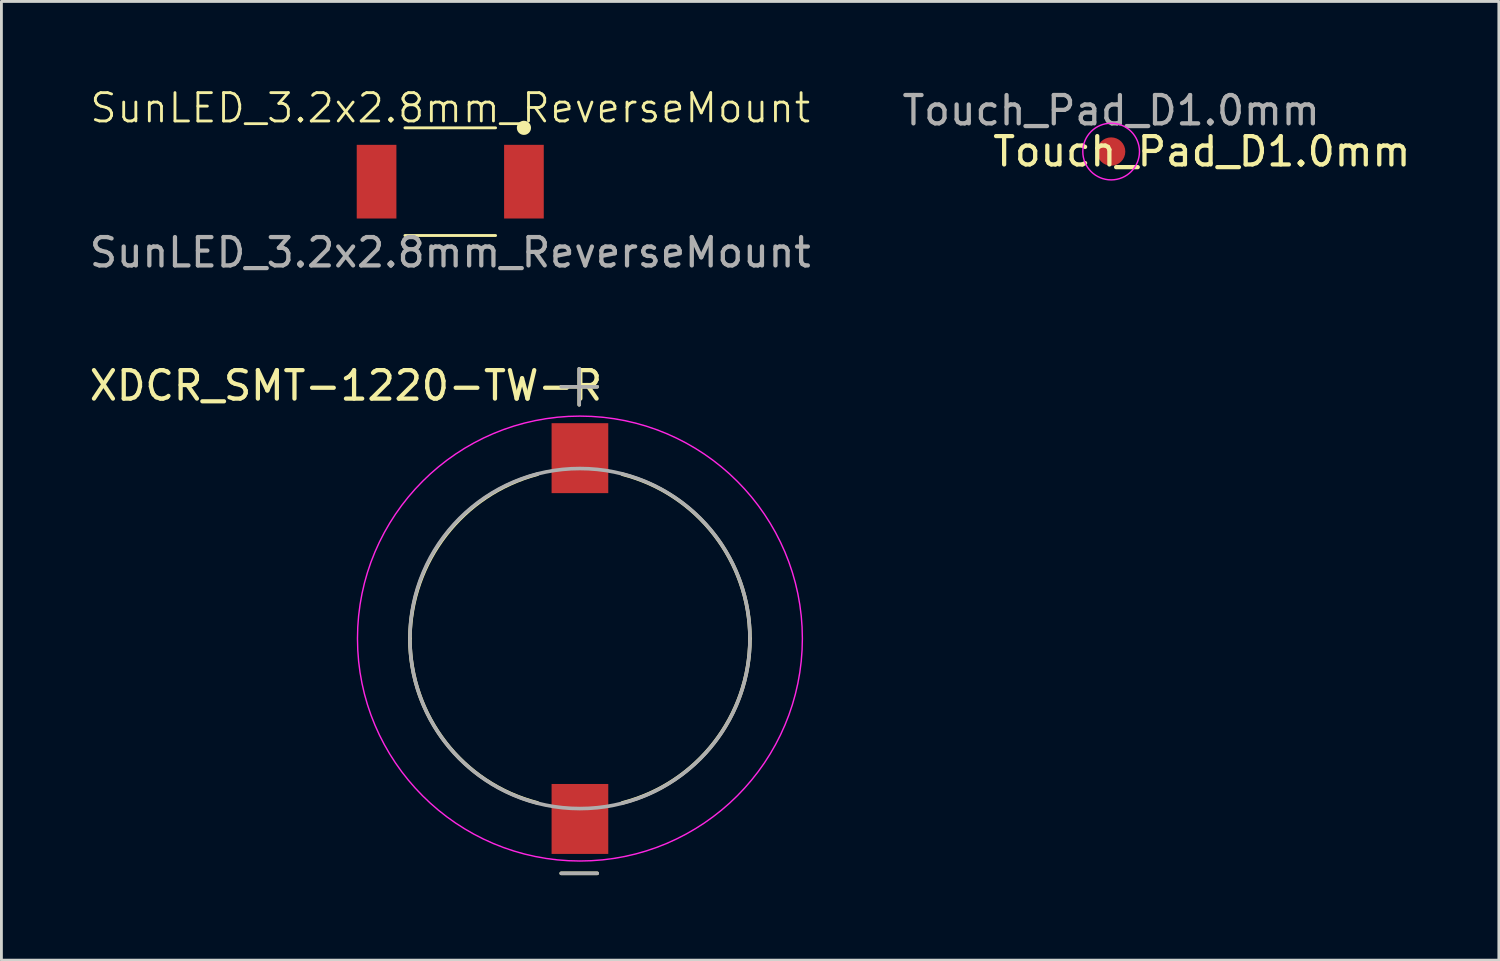
<source format=kicad_pcb>
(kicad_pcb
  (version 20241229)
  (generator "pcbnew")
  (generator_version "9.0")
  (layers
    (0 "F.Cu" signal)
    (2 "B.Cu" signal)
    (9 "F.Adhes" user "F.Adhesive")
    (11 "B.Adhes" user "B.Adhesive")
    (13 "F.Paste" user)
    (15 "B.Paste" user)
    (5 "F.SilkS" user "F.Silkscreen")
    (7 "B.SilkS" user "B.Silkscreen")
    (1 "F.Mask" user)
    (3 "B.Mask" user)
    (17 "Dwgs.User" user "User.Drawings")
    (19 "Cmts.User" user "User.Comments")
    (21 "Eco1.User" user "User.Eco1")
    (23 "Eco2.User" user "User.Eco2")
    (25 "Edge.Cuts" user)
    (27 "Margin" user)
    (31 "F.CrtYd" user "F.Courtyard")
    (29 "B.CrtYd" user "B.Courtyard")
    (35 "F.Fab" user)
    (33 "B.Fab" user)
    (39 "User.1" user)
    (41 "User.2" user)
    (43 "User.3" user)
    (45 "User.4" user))
  (footprint "SunLED_3.2x2.8mm_ReverseMount"
    (layer "F.Cu")
    (at 12.839 3.361)
    (property "Reference" "SunLED_3.2x2.8mm_ReverseMount" (at 0 -2.6 0) (unlocked yes) (layer "F.SilkS") (effects (font (size 1 1) (thickness 0.1))))
    (attr smd)
    (fp_circle (center 0 0) (end 1.8 0) (stroke (width 0.1) (type solid)) (fill yes) (layer "F.Mask"))
    (fp_line (start 1.6 -1.9) (end -1.6 -1.9) (stroke (width 0.1) (type default)) (layer "F.SilkS"))
    (fp_line (start 1.6 1.9) (end -1.6 1.9) (stroke (width 0.1) (type default)) (layer "F.SilkS"))
    (fp_circle (center 2.6 -1.9) (end 2.8 -1.9) (stroke (width 0.1) (type solid)) (fill yes) (layer "F.SilkS"))
    (fp_text user "${REFERENCE}" (at 0 2.5 0) (unlocked yes) (layer "F.Fab") (effects (font (size 1 1) (thickness 0.15))))
    (pad "1" smd rect (at 2.6 0) (size 1.4 2.6) (layers "F.Cu" "F.Mask" "F.Paste"))
    (pad "2" smd rect (at -2.6 0) (size 1.4 2.6) (layers "F.Cu" "F.Mask" "F.Paste"))
    (zone (net_name "") (layers "F.Cu" "B.Cu") (name "Light Path") (hatch edge 0.5) (connect_pads) (min_thickness 0.25) (filled_areas_thickness no) (keepout (tracks not_allowed) (vias not_allowed) (pads not_allowed) (copperpour not_allowed) (footprints allowed)) (placement (enabled no)) (fill) (polygon (pts (xy 10.939 1.46) (xy 14.739 1.46) (xy 14.739 5.261) (xy 10.939 5.261)))))
  (footprint "Touch_Pad_D1.0mm"
    (layer "F.Cu")
    (at 36.161 2.298)
    (property "Reference" "Touch_Pad_D1.0mm" (at 3.2 0 0) (layer "F.SilkS") (effects (font (size 1 1) (thickness 0.15))))
    (attr exclude_from_pos_files exclude_from_bom)
    (fp_circle (center 0 0) (end 1 0) (stroke (width 0.05) (type solid)) (fill no) (layer "F.CrtYd"))
    (fp_text user "${REFERENCE}" (at 0 -1.45 0) (layer "F.Fab") (effects (font (size 1 1) (thickness 0.15))))
    (pad "1" smd circle (at 0 0) (size 1 1) (layers "F.Cu")))
  (footprint "XDCR_SMT-1220-TW-R"
    (layer "F.Cu")
    (at 17.415 19.484)
    (property "Reference" "XDCR_SMT-1220-TW-R" (at -8.257 -8.925 0) (layer "F.SilkS") (effects (font (size 1.004 1.004) (thickness 0.15))))
    (attr smd)
    (fp_line (start -0.66 -8.885) (end 0.61 -8.885) (stroke (width 0.127) (type solid)) (layer "F.SilkS"))
    (fp_line (start -0.66 8.285) (end 0.61 8.285) (stroke (width 0.127) (type solid)) (layer "F.SilkS"))
    (fp_line (start -0.025 -9.52) (end -0.025 -8.25) (stroke (width 0.127) (type solid)) (layer "F.SilkS"))
    (fp_arc (start -6 -0.000001) (mid -4.728463 -3.659153) (end -1.5 -5.8) (stroke (width 0.127) (type solid)) (layer "F.SilkS"))
    (fp_arc (start -1.5 5.8) (mid -4.741476 3.669248) (end -6.000001 0) (stroke (width 0.127) (type solid)) (layer "F.SilkS"))
    (fp_arc (start 1.5 -5.8) (mid 4.741476 -3.669248) (end 6.000001 0) (stroke (width 0.127) (type solid)) (layer "F.SilkS"))
    (fp_arc (start 6.000001 0) (mid 4.741476 3.669249) (end 1.5 5.8) (stroke (width 0.127) (type solid)) (layer "F.SilkS"))
    (fp_circle (center 0 0) (end 7.85 0) (stroke (width 0.05) (type solid)) (fill no) (layer "F.CrtYd"))
    (fp_line (start -0.66 -8.885) (end 0.61 -8.885) (stroke (width 0.127) (type solid)) (layer "F.Fab"))
    (fp_line (start -0.66 8.285) (end 0.61 8.285) (stroke (width 0.127) (type solid)) (layer "F.Fab"))
    (fp_line (start -0.025 -9.52) (end -0.025 -8.25) (stroke (width 0.127) (type solid)) (layer "F.Fab"))
    (fp_circle (center 0 0) (end 6 0) (stroke (width 0.127) (type solid)) (fill no) (layer "F.Fab"))
    (pad "1" smd rect (at 0 -6.366) (size 2 2.468) (layers "F.Cu" "F.Mask" "F.Paste"))
    (pad "2" smd rect (at 0 6.366) (size 2 2.468) (layers "F.Cu" "F.Mask" "F.Paste")))
  (gr_rect
    (start -3 -3)
    (end 49.843 30.833)
    (stroke (width 0.1) (type default))
    (fill no)
    (layer "Edge.Cuts")))
</source>
